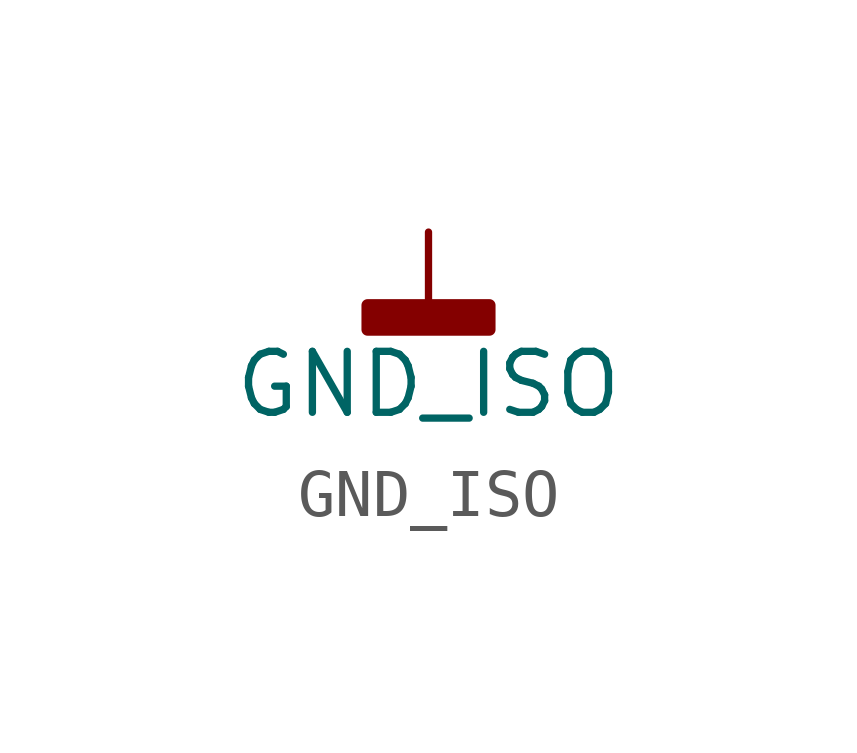
<source format=kicad_sym>
(kicad_symbol_lib
  (version 20211014)
  (generator kicad_symbol_editor)
  (symbol "GND_ISO"
    (power)
    (pin_names
      (offset 0))
    (property "Reference" "#PWR"
      (at 0 -6.35 0)
      (effects (font (size 1.27 1.27)) hide))
    (property "Value" "GND_ISO"
      (at 0 -3.175 0)
      (effects (font (size 1.27 1.27))))
    (symbol "GND_ISO_0_1"
      (rectangle (start -1.27 -1.524) (end 1.27 -2.032) (stroke (width 0.254) (type default) (color 0 0 0 0)) (fill (type outline)))
      (polyline (pts (xy 0 0) (xy 0 -1.524)) (stroke (width 0) (type default) (color 0 0 0 0)) (fill (type none))))
    (symbol "GND_ISO_1_1"
      (pin power_in line (at 0 0 270) (length 0) hide (name "GND_ISO" (effects (font (size 1.27 1.27)))) (number "1" (effects (font (size 1.27 1.27))))))))
</source>
